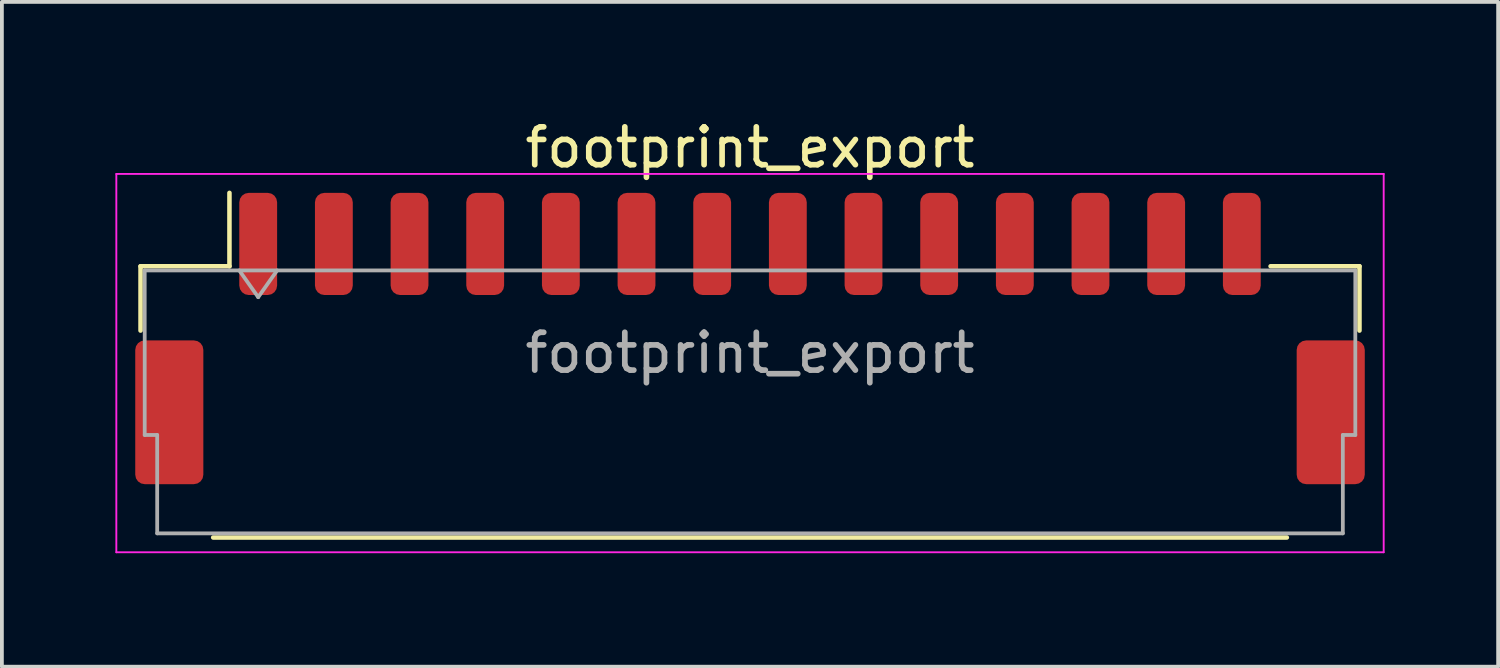
<source format=kicad_pcb>
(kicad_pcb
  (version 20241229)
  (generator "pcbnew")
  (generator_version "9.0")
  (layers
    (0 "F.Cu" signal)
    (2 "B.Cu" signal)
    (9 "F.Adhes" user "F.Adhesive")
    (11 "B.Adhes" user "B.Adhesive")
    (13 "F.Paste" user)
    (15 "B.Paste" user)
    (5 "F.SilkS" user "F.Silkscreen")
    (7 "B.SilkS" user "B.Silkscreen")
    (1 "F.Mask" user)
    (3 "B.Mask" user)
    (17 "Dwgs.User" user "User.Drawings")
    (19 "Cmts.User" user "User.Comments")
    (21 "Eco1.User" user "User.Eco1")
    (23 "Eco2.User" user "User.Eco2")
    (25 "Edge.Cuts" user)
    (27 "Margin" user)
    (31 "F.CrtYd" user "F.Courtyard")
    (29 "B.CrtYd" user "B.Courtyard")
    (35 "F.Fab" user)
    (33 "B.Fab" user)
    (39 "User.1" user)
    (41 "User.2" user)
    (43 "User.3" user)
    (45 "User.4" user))
  (footprint "footprint_export"
    (layer "F.Cu")
    (at 16.775 5.898)
    (property "Reference" "footprint_export" (at 0 -5.05 0) (layer "F.SilkS") (effects (font (size 1 1) (thickness 0.15))))
    (attr smd)
    (fp_line (start -16.11 -1.91) (end -13.76 -1.91) (stroke (width 0.12) (type solid)) (layer "F.SilkS"))
    (fp_line (start -16.11 -0.21) (end -16.11 -1.91) (stroke (width 0.12) (type solid)) (layer "F.SilkS"))
    (fp_line (start -14.19 5.26) (end 14.19 5.26) (stroke (width 0.12) (type solid)) (layer "F.SilkS"))
    (fp_line (start -13.76 -1.91) (end -13.76 -3.85) (stroke (width 0.12) (type solid)) (layer "F.SilkS"))
    (fp_line (start 16.11 -1.91) (end 13.76 -1.91) (stroke (width 0.12) (type solid)) (layer "F.SilkS"))
    (fp_line (start 16.11 -0.21) (end 16.11 -1.91) (stroke (width 0.12) (type solid)) (layer "F.SilkS"))
    (fp_line (start -16.75 -4.35) (end -16.75 5.65) (stroke (width 0.05) (type solid)) (layer "F.CrtYd"))
    (fp_line (start -16.75 5.65) (end 16.75 5.65) (stroke (width 0.05) (type solid)) (layer "F.CrtYd"))
    (fp_line (start 16.75 -4.35) (end -16.75 -4.35) (stroke (width 0.05) (type solid)) (layer "F.CrtYd"))
    (fp_line (start 16.75 5.65) (end 16.75 -4.35) (stroke (width 0.05) (type solid)) (layer "F.CrtYd"))
    (fp_line (start -16 -1.8) (end -16 2.55) (stroke (width 0.1) (type solid)) (layer "F.Fab"))
    (fp_line (start -16 -1.8) (end 16 -1.8) (stroke (width 0.1) (type solid)) (layer "F.Fab"))
    (fp_line (start -16 2.55) (end -15.67 2.55) (stroke (width 0.1) (type solid)) (layer "F.Fab"))
    (fp_line (start -15.67 2.55) (end -15.67 5.15) (stroke (width 0.1) (type solid)) (layer "F.Fab"))
    (fp_line (start -15.67 5.15) (end 15.67 5.15) (stroke (width 0.1) (type solid)) (layer "F.Fab"))
    (fp_line (start -13.5 -1.8) (end -13 -1.093) (stroke (width 0.1) (type solid)) (layer "F.Fab"))
    (fp_line (start -13 -1.093) (end -12.5 -1.8) (stroke (width 0.1) (type solid)) (layer "F.Fab"))
    (fp_line (start 15.67 2.55) (end 16 2.55) (stroke (width 0.1) (type solid)) (layer "F.Fab"))
    (fp_line (start 15.67 5.15) (end 15.67 2.55) (stroke (width 0.1) (type solid)) (layer "F.Fab"))
    (fp_line (start 16 -1.8) (end 16 2.55) (stroke (width 0.1) (type solid)) (layer "F.Fab"))
    (fp_text user "${REFERENCE}" (at 0 0.38 0) (layer "F.Fab") (effects (font (size 1 1) (thickness 0.15))))
    (pad "1" smd roundrect (at -13 -2.5) (size 1 2.7) (layers "F.Cu" "F.Mask" "F.Paste") (roundrect_rratio 0.25))
    (pad "2" smd roundrect (at -11 -2.5) (size 1 2.7) (layers "F.Cu" "F.Mask" "F.Paste") (roundrect_rratio 0.25))
    (pad "3" smd roundrect (at -9 -2.5) (size 1 2.7) (layers "F.Cu" "F.Mask" "F.Paste") (roundrect_rratio 0.25))
    (pad "4" smd roundrect (at -7 -2.5) (size 1 2.7) (layers "F.Cu" "F.Mask" "F.Paste") (roundrect_rratio 0.25))
    (pad "5" smd roundrect (at -5 -2.5) (size 1 2.7) (layers "F.Cu" "F.Mask" "F.Paste") (roundrect_rratio 0.25))
    (pad "6" smd roundrect (at -3 -2.5) (size 1 2.7) (layers "F.Cu" "F.Mask" "F.Paste") (roundrect_rratio 0.25))
    (pad "7" smd roundrect (at -1 -2.5) (size 1 2.7) (layers "F.Cu" "F.Mask" "F.Paste") (roundrect_rratio 0.25))
    (pad "8" smd roundrect (at 1 -2.5) (size 1 2.7) (layers "F.Cu" "F.Mask" "F.Paste") (roundrect_rratio 0.25))
    (pad "9" smd roundrect (at 3 -2.5) (size 1 2.7) (layers "F.Cu" "F.Mask" "F.Paste") (roundrect_rratio 0.25))
    (pad "10" smd roundrect (at 5 -2.5) (size 1 2.7) (layers "F.Cu" "F.Mask" "F.Paste") (roundrect_rratio 0.25))
    (pad "11" smd roundrect (at 7 -2.5) (size 1 2.7) (layers "F.Cu" "F.Mask" "F.Paste") (roundrect_rratio 0.25))
    (pad "12" smd roundrect (at 9 -2.5) (size 1 2.7) (layers "F.Cu" "F.Mask" "F.Paste") (roundrect_rratio 0.25))
    (pad "13" smd roundrect (at 11 -2.5) (size 1 2.7) (layers "F.Cu" "F.Mask" "F.Paste") (roundrect_rratio 0.25))
    (pad "14" smd roundrect (at 13 -2.5) (size 1 2.7) (layers "F.Cu" "F.Mask" "F.Paste") (roundrect_rratio 0.25))
    (pad "MP" smd roundrect (at -15.35 1.95) (size 1.8 3.8) (layers "F.Cu" "F.Mask" "F.Paste") (roundrect_rratio 0.139))
    (pad "MP" smd roundrect (at 15.35 1.95) (size 1.8 3.8) (layers "F.Cu" "F.Mask" "F.Paste") (roundrect_rratio 0.139)))
  (gr_rect
    (start -3 -3)
    (end 36.55 14.573)
    (stroke (width 0.1) (type default))
    (fill no)
    (layer "Edge.Cuts")))
</source>
